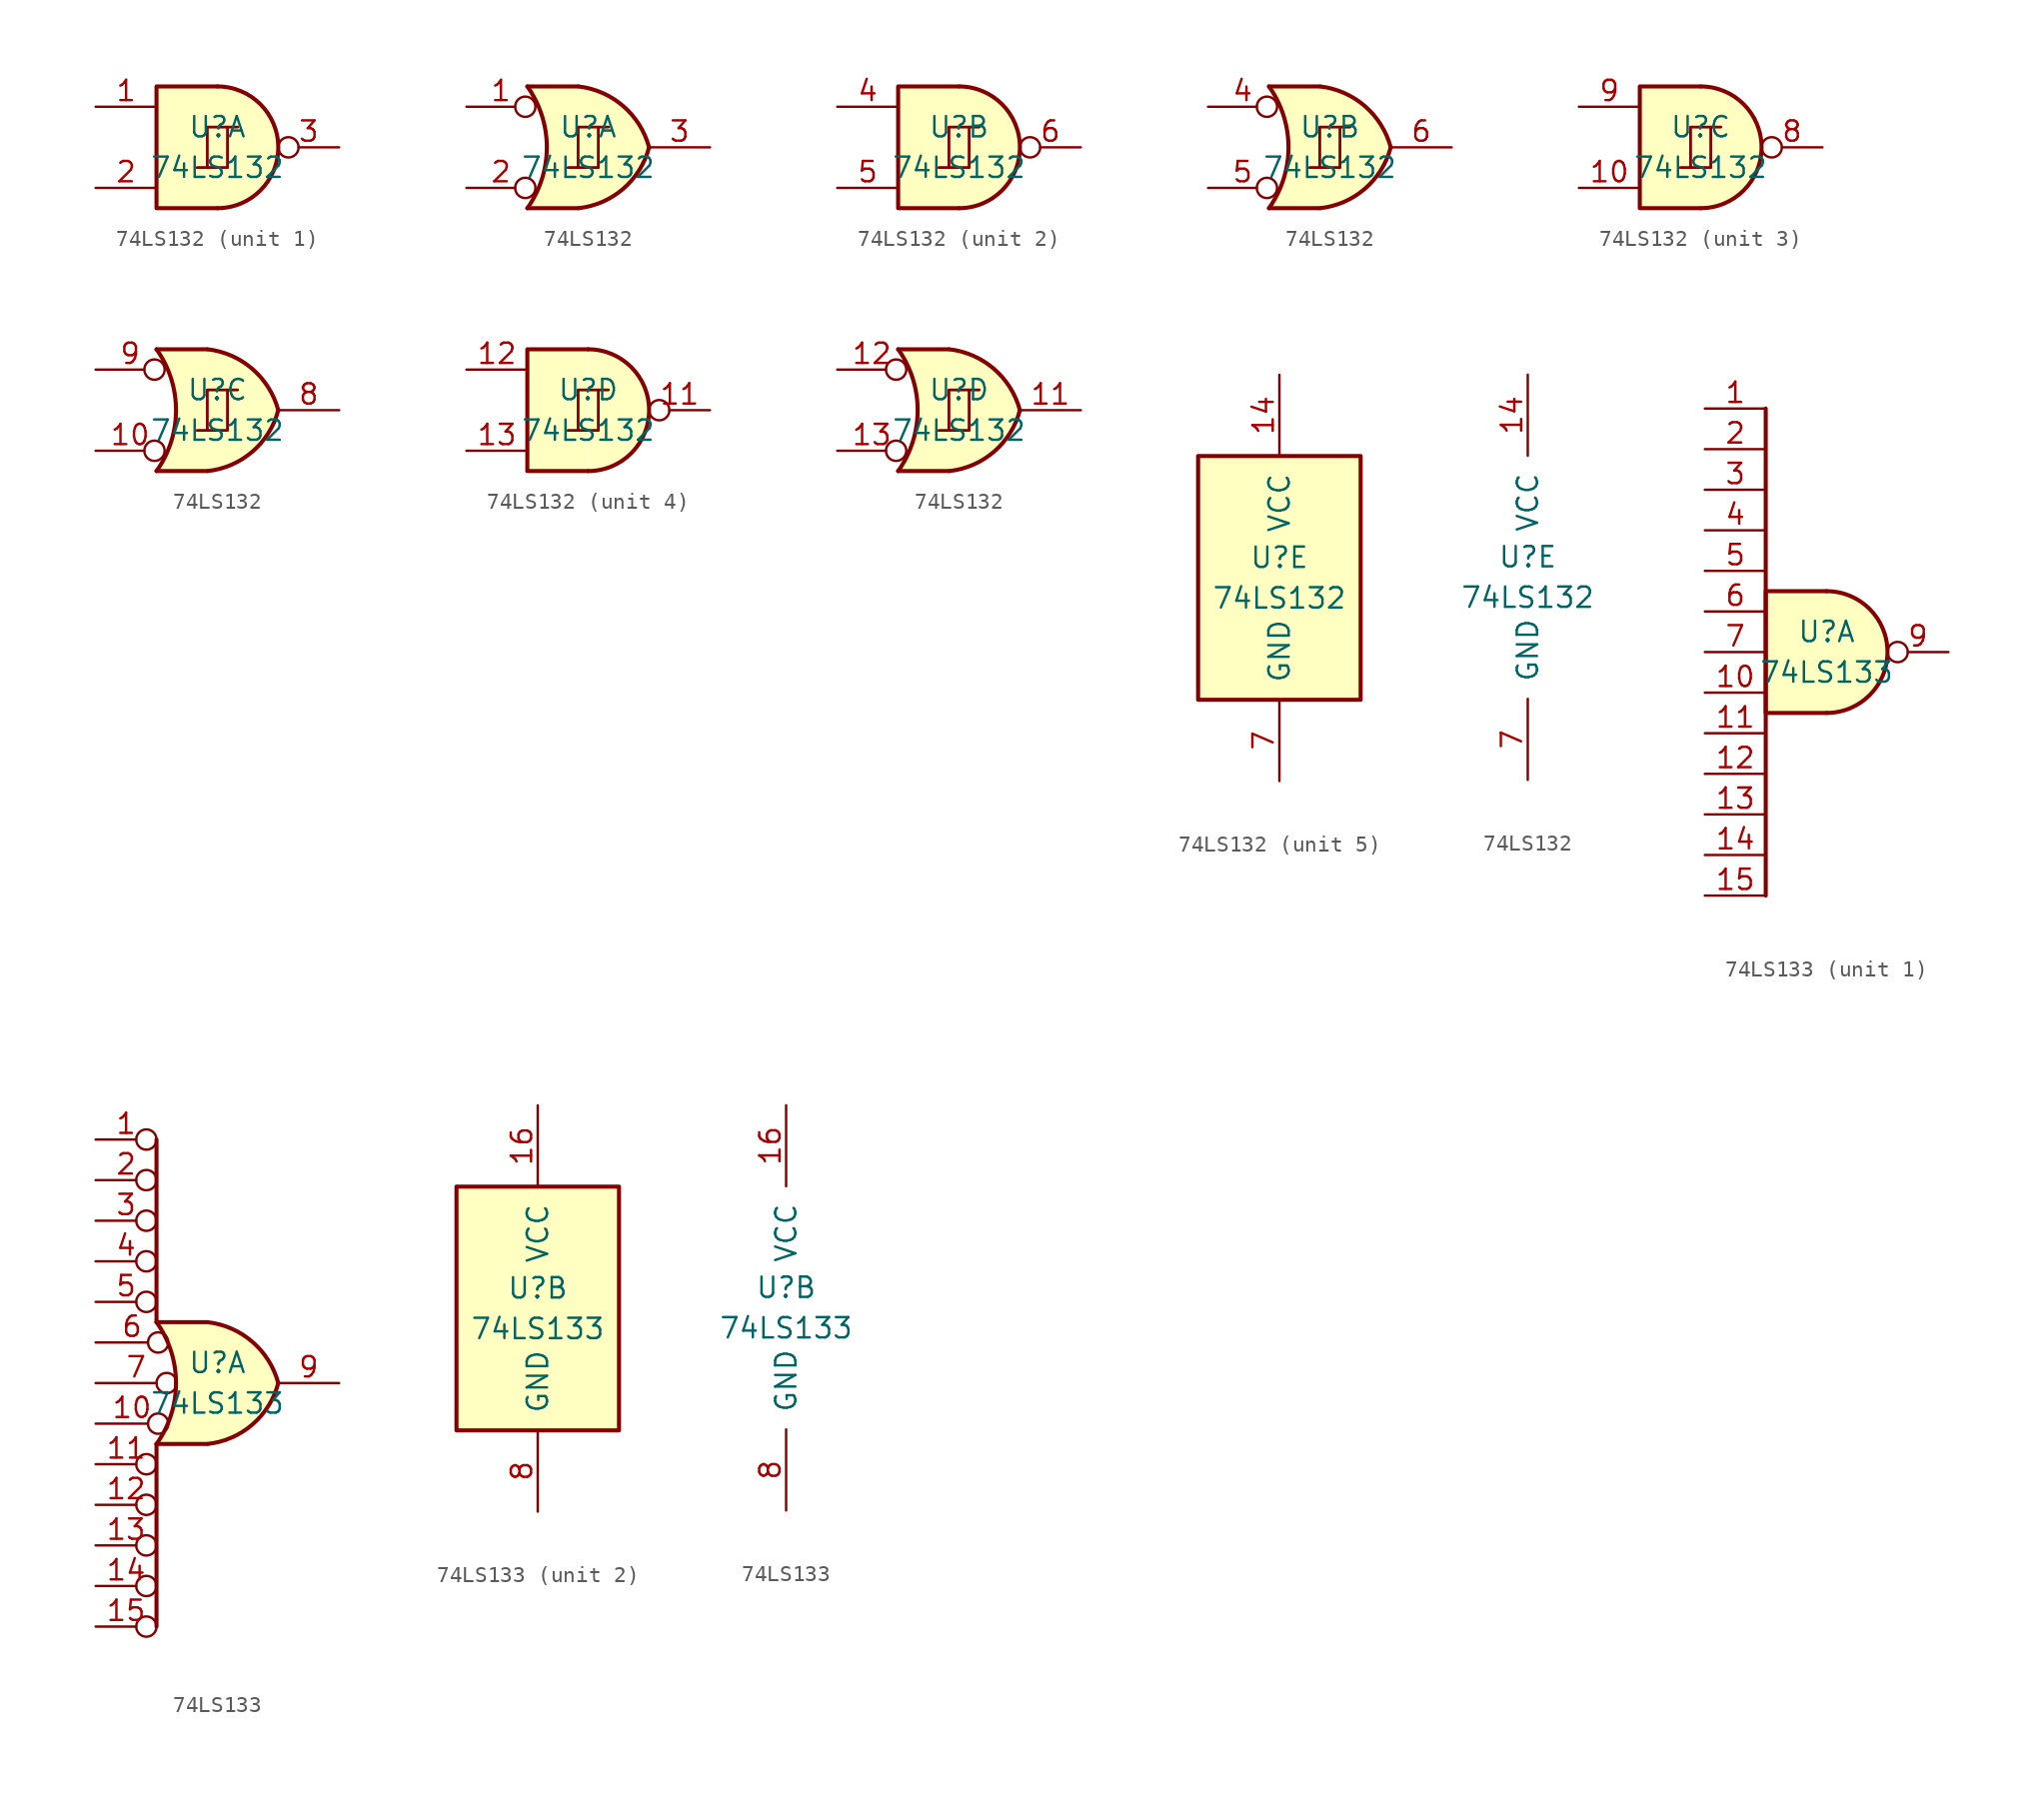
<source format=kicad_sym>
(kicad_symbol_lib
  (version 20201005)
  (generator kicad_symbol_editor)
  (symbol "74LS132"
    (pin_names
      (offset 1.016))
    (property "Reference" "U"
      (at 0 1.27 0)
      (effects (font (size 1.27 1.27))))
    (property "Value" "74LS132"
      (at 0 -1.27 0)
      (effects (font (size 1.27 1.27))))
    (property "ki_locked" ""
      (at 0 0 0)
      (effects (font (size 1.27 1.27))))
    (symbol "74LS132_1_0"
      (polyline (pts (xy -0.635 -1.27) (xy -0.635 1.27) (xy 0.635 1.27)) (stroke (width 0)) (fill (type none)))
      (polyline (pts (xy -0.635 -1.27) (xy -0.635 1.27) (xy 0.635 1.27)) (stroke (width 0)) (fill (type none)))
      (polyline (pts (xy -1.27 -1.27) (xy 0.635 -1.27) (xy 0.635 1.27) (xy 1.27 1.27)) (stroke (width 0)) (fill (type none)))
      (polyline (pts (xy -1.27 -1.27) (xy 0.635 -1.27) (xy 0.635 1.27) (xy 1.27 1.27)) (stroke (width 0)) (fill (type none))))
    (symbol "74LS132_1_1"
      (arc (start 0 -3.81) (end 0 3.81) (radius (at 0 0) (length 3.81) (angles -89.9 89.9)) (stroke (width 0.254)) (fill (type background)))
      (polyline (pts (xy 0 3.81) (xy -3.81 3.81) (xy -3.81 -3.81) (xy 0 -3.81)) (stroke (width 0.254)) (fill (type background)))
      (pin input line (at -7.62 2.54 0) (length 3.81) (name "~" (effects (font (size 1.27 1.27)))) (number "1" (effects (font (size 1.27 1.27)))))
      (pin input line (at -7.62 -2.54 0) (length 3.81) (name "~" (effects (font (size 1.27 1.27)))) (number "2" (effects (font (size 1.27 1.27)))))
      (pin output inverted (at 7.62 0 180) (length 3.81) (name "~" (effects (font (size 1.27 1.27)))) (number "3" (effects (font (size 1.27 1.27))))))
    (symbol "74LS132_1_2"
      (arc (start -3.81 3.81) (end -3.81 -3.81) (radius (at -9.144 0) (length 6.5532) (angles 35.4 -35.4)) (stroke (width 0.254)) (fill (type none)))
      (arc (start 3.81 0) (end -0.6096 3.81) (radius (at -1.1938 -1.3208) (length 5.1816) (angles 15 83.7)) (stroke (width 0.254)) (fill (type background)))
      (arc (start 3.81 0) (end -0.6096 -3.81) (radius (at -1.1938 1.3208) (length 5.1816) (angles -15 -83.7)) (stroke (width 0.254)) (fill (type background)))
      (polyline (pts (xy -3.81 -3.81) (xy -0.635 -3.81)) (stroke (width 0.254)) (fill (type background)))
      (polyline (pts (xy -3.81 3.81) (xy -0.635 3.81)) (stroke (width 0.254)) (fill (type background)))
      (polyline (pts (xy -0.635 3.81) (xy -3.81 3.81) (xy -3.81 3.81) (xy -3.556 3.404) (xy -3.023 2.261) (xy -2.692 1.041) (xy -2.616 -0.254) (xy -2.769 -1.499) (xy -3.175 -2.718) (xy -3.81 -3.81) (xy -3.81 -3.81) (xy -0.635 -3.81)) (stroke (width -25.4)) (fill (type background)))
      (pin input inverted (at -7.62 2.54 0) (length 4.318) (name "~" (effects (font (size 1.27 1.27)))) (number "1" (effects (font (size 1.27 1.27)))))
      (pin input inverted (at -7.62 -2.54 0) (length 4.318) (name "~" (effects (font (size 1.27 1.27)))) (number "2" (effects (font (size 1.27 1.27)))))
      (pin output line (at 7.62 0 180) (length 3.81) (name "~" (effects (font (size 1.27 1.27)))) (number "3" (effects (font (size 1.27 1.27))))))
    (symbol "74LS132_2_0"
      (polyline (pts (xy -0.635 -1.27) (xy -0.635 1.27) (xy 0.635 1.27)) (stroke (width 0)) (fill (type none)))
      (polyline (pts (xy -0.635 -1.27) (xy -0.635 1.27) (xy 0.635 1.27)) (stroke (width 0)) (fill (type none)))
      (polyline (pts (xy -1.27 -1.27) (xy 0.635 -1.27) (xy 0.635 1.27) (xy 1.27 1.27)) (stroke (width 0)) (fill (type none)))
      (polyline (pts (xy -1.27 -1.27) (xy 0.635 -1.27) (xy 0.635 1.27) (xy 1.27 1.27)) (stroke (width 0)) (fill (type none))))
    (symbol "74LS132_2_1"
      (arc (start 0 -3.81) (end 0 3.81) (radius (at 0 0) (length 3.81) (angles -89.9 89.9)) (stroke (width 0.254)) (fill (type background)))
      (polyline (pts (xy 0 3.81) (xy -3.81 3.81) (xy -3.81 -3.81) (xy 0 -3.81)) (stroke (width 0.254)) (fill (type background)))
      (pin input line (at -7.62 2.54 0) (length 3.81) (name "~" (effects (font (size 1.27 1.27)))) (number "4" (effects (font (size 1.27 1.27)))))
      (pin input line (at -7.62 -2.54 0) (length 3.81) (name "~" (effects (font (size 1.27 1.27)))) (number "5" (effects (font (size 1.27 1.27)))))
      (pin output inverted (at 7.62 0 180) (length 3.81) (name "~" (effects (font (size 1.27 1.27)))) (number "6" (effects (font (size 1.27 1.27))))))
    (symbol "74LS132_2_2"
      (arc (start -3.81 3.81) (end -3.81 -3.81) (radius (at -9.144 0) (length 6.5532) (angles 35.4 -35.4)) (stroke (width 0.254)) (fill (type none)))
      (arc (start 3.81 0) (end -0.6096 3.81) (radius (at -1.1938 -1.3208) (length 5.1816) (angles 15 83.7)) (stroke (width 0.254)) (fill (type background)))
      (arc (start 3.81 0) (end -0.6096 -3.81) (radius (at -1.1938 1.3208) (length 5.1816) (angles -15 -83.7)) (stroke (width 0.254)) (fill (type background)))
      (polyline (pts (xy -3.81 -3.81) (xy -0.635 -3.81)) (stroke (width 0.254)) (fill (type background)))
      (polyline (pts (xy -3.81 3.81) (xy -0.635 3.81)) (stroke (width 0.254)) (fill (type background)))
      (polyline (pts (xy -0.635 3.81) (xy -3.81 3.81) (xy -3.81 3.81) (xy -3.556 3.404) (xy -3.023 2.261) (xy -2.692 1.041) (xy -2.616 -0.254) (xy -2.769 -1.499) (xy -3.175 -2.718) (xy -3.81 -3.81) (xy -3.81 -3.81) (xy -0.635 -3.81)) (stroke (width -25.4)) (fill (type background)))
      (pin input inverted (at -7.62 2.54 0) (length 4.318) (name "~" (effects (font (size 1.27 1.27)))) (number "4" (effects (font (size 1.27 1.27)))))
      (pin input inverted (at -7.62 -2.54 0) (length 4.318) (name "~" (effects (font (size 1.27 1.27)))) (number "5" (effects (font (size 1.27 1.27)))))
      (pin output line (at 7.62 0 180) (length 3.81) (name "~" (effects (font (size 1.27 1.27)))) (number "6" (effects (font (size 1.27 1.27))))))
    (symbol "74LS132_3_0"
      (polyline (pts (xy -0.635 -1.27) (xy -0.635 1.27) (xy 0.635 1.27)) (stroke (width 0)) (fill (type none)))
      (polyline (pts (xy -0.635 -1.27) (xy -0.635 1.27) (xy 0.635 1.27)) (stroke (width 0)) (fill (type none)))
      (polyline (pts (xy -1.27 -1.27) (xy 0.635 -1.27) (xy 0.635 1.27) (xy 1.27 1.27)) (stroke (width 0)) (fill (type none)))
      (polyline (pts (xy -1.27 -1.27) (xy 0.635 -1.27) (xy 0.635 1.27) (xy 1.27 1.27)) (stroke (width 0)) (fill (type none))))
    (symbol "74LS132_3_1"
      (arc (start 0 -3.81) (end 0 3.81) (radius (at 0 0) (length 3.81) (angles -89.9 89.9)) (stroke (width 0.254)) (fill (type background)))
      (polyline (pts (xy 0 3.81) (xy -3.81 3.81) (xy -3.81 -3.81) (xy 0 -3.81)) (stroke (width 0.254)) (fill (type background)))
      (pin input line (at -7.62 -2.54 0) (length 3.81) (name "~" (effects (font (size 1.27 1.27)))) (number "10" (effects (font (size 1.27 1.27)))))
      (pin output inverted (at 7.62 0 180) (length 3.81) (name "~" (effects (font (size 1.27 1.27)))) (number "8" (effects (font (size 1.27 1.27)))))
      (pin input line (at -7.62 2.54 0) (length 3.81) (name "~" (effects (font (size 1.27 1.27)))) (number "9" (effects (font (size 1.27 1.27))))))
    (symbol "74LS132_3_2"
      (arc (start -3.81 3.81) (end -3.81 -3.81) (radius (at -9.144 0) (length 6.5532) (angles 35.4 -35.4)) (stroke (width 0.254)) (fill (type none)))
      (arc (start 3.81 0) (end -0.6096 3.81) (radius (at -1.1938 -1.3208) (length 5.1816) (angles 15 83.7)) (stroke (width 0.254)) (fill (type background)))
      (arc (start 3.81 0) (end -0.6096 -3.81) (radius (at -1.1938 1.3208) (length 5.1816) (angles -15 -83.7)) (stroke (width 0.254)) (fill (type background)))
      (polyline (pts (xy -3.81 -3.81) (xy -0.635 -3.81)) (stroke (width 0.254)) (fill (type background)))
      (polyline (pts (xy -3.81 3.81) (xy -0.635 3.81)) (stroke (width 0.254)) (fill (type background)))
      (polyline (pts (xy -0.635 3.81) (xy -3.81 3.81) (xy -3.81 3.81) (xy -3.556 3.404) (xy -3.023 2.261) (xy -2.692 1.041) (xy -2.616 -0.254) (xy -2.769 -1.499) (xy -3.175 -2.718) (xy -3.81 -3.81) (xy -3.81 -3.81) (xy -0.635 -3.81)) (stroke (width -25.4)) (fill (type background)))
      (pin input inverted (at -7.62 -2.54 0) (length 4.318) (name "~" (effects (font (size 1.27 1.27)))) (number "10" (effects (font (size 1.27 1.27)))))
      (pin output line (at 7.62 0 180) (length 3.81) (name "~" (effects (font (size 1.27 1.27)))) (number "8" (effects (font (size 1.27 1.27)))))
      (pin input inverted (at -7.62 2.54 0) (length 4.318) (name "~" (effects (font (size 1.27 1.27)))) (number "9" (effects (font (size 1.27 1.27))))))
    (symbol "74LS132_4_0"
      (polyline (pts (xy -0.635 -1.27) (xy -0.635 1.27) (xy 0.635 1.27)) (stroke (width 0)) (fill (type none)))
      (polyline (pts (xy -0.635 -1.27) (xy -0.635 1.27) (xy 0.635 1.27)) (stroke (width 0)) (fill (type none)))
      (polyline (pts (xy -1.27 -1.27) (xy 0.635 -1.27) (xy 0.635 1.27) (xy 1.27 1.27)) (stroke (width 0)) (fill (type none)))
      (polyline (pts (xy -1.27 -1.27) (xy 0.635 -1.27) (xy 0.635 1.27) (xy 1.27 1.27)) (stroke (width 0)) (fill (type none))))
    (symbol "74LS132_4_1"
      (arc (start 0 -3.81) (end 0 3.81) (radius (at 0 0) (length 3.81) (angles -89.9 89.9)) (stroke (width 0.254)) (fill (type background)))
      (polyline (pts (xy 0 3.81) (xy -3.81 3.81) (xy -3.81 -3.81) (xy 0 -3.81)) (stroke (width 0.254)) (fill (type background)))
      (pin output inverted (at 7.62 0 180) (length 3.81) (name "~" (effects (font (size 1.27 1.27)))) (number "11" (effects (font (size 1.27 1.27)))))
      (pin input line (at -7.62 2.54 0) (length 3.81) (name "~" (effects (font (size 1.27 1.27)))) (number "12" (effects (font (size 1.27 1.27)))))
      (pin input line (at -7.62 -2.54 0) (length 3.81) (name "~" (effects (font (size 1.27 1.27)))) (number "13" (effects (font (size 1.27 1.27))))))
    (symbol "74LS132_4_2"
      (arc (start -3.81 3.81) (end -3.81 -3.81) (radius (at -9.144 0) (length 6.5532) (angles 35.4 -35.4)) (stroke (width 0.254)) (fill (type none)))
      (arc (start 3.81 0) (end -0.6096 3.81) (radius (at -1.1938 -1.3208) (length 5.1816) (angles 15 83.7)) (stroke (width 0.254)) (fill (type background)))
      (arc (start 3.81 0) (end -0.6096 -3.81) (radius (at -1.1938 1.3208) (length 5.1816) (angles -15 -83.7)) (stroke (width 0.254)) (fill (type background)))
      (polyline (pts (xy -3.81 -3.81) (xy -0.635 -3.81)) (stroke (width 0.254)) (fill (type background)))
      (polyline (pts (xy -3.81 3.81) (xy -0.635 3.81)) (stroke (width 0.254)) (fill (type background)))
      (polyline (pts (xy -0.635 3.81) (xy -3.81 3.81) (xy -3.81 3.81) (xy -3.556 3.404) (xy -3.023 2.261) (xy -2.692 1.041) (xy -2.616 -0.254) (xy -2.769 -1.499) (xy -3.175 -2.718) (xy -3.81 -3.81) (xy -3.81 -3.81) (xy -0.635 -3.81)) (stroke (width -25.4)) (fill (type background)))
      (pin output line (at 7.62 0 180) (length 3.81) (name "~" (effects (font (size 1.27 1.27)))) (number "11" (effects (font (size 1.27 1.27)))))
      (pin input inverted (at -7.62 2.54 0) (length 4.318) (name "~" (effects (font (size 1.27 1.27)))) (number "12" (effects (font (size 1.27 1.27)))))
      (pin input inverted (at -7.62 -2.54 0) (length 4.318) (name "~" (effects (font (size 1.27 1.27)))) (number "13" (effects (font (size 1.27 1.27))))))
    (symbol "74LS132_5_0"
      (pin power_in line (at 0 12.7 270) (length 5.08) (name "VCC" (effects (font (size 1.27 1.27)))) (number "14" (effects (font (size 1.27 1.27)))))
      (pin power_in line (at 0 -12.7 90) (length 5.08) (name "GND" (effects (font (size 1.27 1.27)))) (number "7" (effects (font (size 1.27 1.27))))))
    (symbol "74LS132_5_1"
      (rectangle (start -5.08 7.62) (end 5.08 -7.62) (stroke (width 0.254)) (fill (type background)))))
  (symbol "74LS133"
    (pin_names
      (offset 1.016))
    (property "Reference" "U"
      (at 0 1.27 0)
      (effects (font (size 1.27 1.27))))
    (property "Value" "74LS133"
      (at 0 -1.27 0)
      (effects (font (size 1.27 1.27))))
    (property "ki_locked" ""
      (at 0 0 0)
      (effects (font (size 1.27 1.27))))
    (symbol "74LS133_1_1"
      (arc (start 0 -3.81) (end 0 3.81) (radius (at 0 0) (length 3.81) (angles -89.9 89.9)) (stroke (width 0.254)) (fill (type background)))
      (polyline (pts (xy -3.81 15.24) (xy -3.81 -15.24)) (stroke (width 0.254)) (fill (type none)))
      (polyline (pts (xy 0 3.81) (xy -3.81 3.81) (xy -3.81 -3.81) (xy 0 -3.81)) (stroke (width 0.254)) (fill (type background)))
      (pin input line (at -7.62 15.24 0) (length 3.81) (name "~" (effects (font (size 1.27 1.27)))) (number "1" (effects (font (size 1.27 1.27)))))
      (pin input line (at -7.62 -2.54 0) (length 3.81) (name "~" (effects (font (size 1.27 1.27)))) (number "10" (effects (font (size 1.27 1.27)))))
      (pin input line (at -7.62 -5.08 0) (length 3.81) (name "~" (effects (font (size 1.27 1.27)))) (number "11" (effects (font (size 1.27 1.27)))))
      (pin input line (at -7.62 -7.62 0) (length 3.81) (name "~" (effects (font (size 1.27 1.27)))) (number "12" (effects (font (size 1.27 1.27)))))
      (pin input line (at -7.62 -10.16 0) (length 3.81) (name "~" (effects (font (size 1.27 1.27)))) (number "13" (effects (font (size 1.27 1.27)))))
      (pin input line (at -7.62 -12.7 0) (length 3.81) (name "~" (effects (font (size 1.27 1.27)))) (number "14" (effects (font (size 1.27 1.27)))))
      (pin input line (at -7.62 -15.24 0) (length 3.81) (name "~" (effects (font (size 1.27 1.27)))) (number "15" (effects (font (size 1.27 1.27)))))
      (pin input line (at -7.62 12.7 0) (length 3.81) (name "~" (effects (font (size 1.27 1.27)))) (number "2" (effects (font (size 1.27 1.27)))))
      (pin input line (at -7.62 10.16 0) (length 3.81) (name "~" (effects (font (size 1.27 1.27)))) (number "3" (effects (font (size 1.27 1.27)))))
      (pin input line (at -7.62 7.62 0) (length 3.81) (name "~" (effects (font (size 1.27 1.27)))) (number "4" (effects (font (size 1.27 1.27)))))
      (pin input line (at -7.62 5.08 0) (length 3.81) (name "~" (effects (font (size 1.27 1.27)))) (number "5" (effects (font (size 1.27 1.27)))))
      (pin input line (at -7.62 2.54 0) (length 3.81) (name "~" (effects (font (size 1.27 1.27)))) (number "6" (effects (font (size 1.27 1.27)))))
      (pin input line (at -7.62 0 0) (length 3.81) (name "~" (effects (font (size 1.27 1.27)))) (number "7" (effects (font (size 1.27 1.27)))))
      (pin output inverted (at 7.62 0 180) (length 3.81) (name "~" (effects (font (size 1.27 1.27)))) (number "9" (effects (font (size 1.27 1.27))))))
    (symbol "74LS133_1_2"
      (arc (start -3.81 3.81) (end -3.81 -3.81) (radius (at -9.144 0) (length 6.5532) (angles 35.4 -35.4)) (stroke (width 0.254)) (fill (type none)))
      (arc (start 3.81 0) (end -0.6096 3.81) (radius (at -1.1938 -1.3208) (length 5.1816) (angles 15 83.7)) (stroke (width 0.254)) (fill (type background)))
      (arc (start 3.81 0) (end -0.6096 -3.81) (radius (at -1.1938 1.3208) (length 5.1816) (angles -15 -83.7)) (stroke (width 0.254)) (fill (type background)))
      (polyline (pts (xy -3.81 -3.81) (xy -3.81 -15.24)) (stroke (width 0.254)) (fill (type none)))
      (polyline (pts (xy -3.81 -3.81) (xy -0.635 -3.81)) (stroke (width 0.254)) (fill (type background)))
      (polyline (pts (xy -3.81 3.81) (xy -0.635 3.81)) (stroke (width 0.254)) (fill (type background)))
      (polyline (pts (xy -3.81 15.24) (xy -3.81 3.81)) (stroke (width 0.254)) (fill (type none)))
      (polyline (pts (xy -0.635 3.81) (xy -3.81 3.81) (xy -3.81 3.81) (xy -3.556 3.404) (xy -3.023 2.261) (xy -2.692 1.041) (xy -2.616 -0.254) (xy -2.769 -1.499) (xy -3.175 -2.718) (xy -3.81 -3.81) (xy -3.81 -3.81) (xy -0.635 -3.81)) (stroke (width -25.4)) (fill (type background)))
      (pin input inverted (at -7.62 15.24 0) (length 3.81) (name "~" (effects (font (size 1.27 1.27)))) (number "1" (effects (font (size 1.27 1.27)))))
      (pin input inverted (at -7.62 -2.54 0) (length 4.547) (name "~" (effects (font (size 1.27 1.27)))) (number "10" (effects (font (size 1.27 1.27)))))
      (pin input inverted (at -7.62 -5.08 0) (length 3.81) (name "~" (effects (font (size 1.27 1.27)))) (number "11" (effects (font (size 1.27 1.27)))))
      (pin input inverted (at -7.62 -7.62 0) (length 3.81) (name "~" (effects (font (size 1.27 1.27)))) (number "12" (effects (font (size 1.27 1.27)))))
      (pin input inverted (at -7.62 -10.16 0) (length 3.81) (name "~" (effects (font (size 1.27 1.27)))) (number "13" (effects (font (size 1.27 1.27)))))
      (pin input inverted (at -7.62 -12.7 0) (length 3.81) (name "~" (effects (font (size 1.27 1.27)))) (number "14" (effects (font (size 1.27 1.27)))))
      (pin input inverted (at -7.62 -15.24 0) (length 3.81) (name "~" (effects (font (size 1.27 1.27)))) (number "15" (effects (font (size 1.27 1.27)))))
      (pin input inverted (at -7.62 12.7 0) (length 3.81) (name "~" (effects (font (size 1.27 1.27)))) (number "2" (effects (font (size 1.27 1.27)))))
      (pin input inverted (at -7.62 10.16 0) (length 3.81) (name "~" (effects (font (size 1.27 1.27)))) (number "3" (effects (font (size 1.27 1.27)))))
      (pin input inverted (at -7.62 7.62 0) (length 3.81) (name "~" (effects (font (size 1.27 1.27)))) (number "4" (effects (font (size 1.27 1.27)))))
      (pin input inverted (at -7.62 5.08 0) (length 3.81) (name "~" (effects (font (size 1.27 1.27)))) (number "5" (effects (font (size 1.27 1.27)))))
      (pin input inverted (at -7.62 2.54 0) (length 4.547) (name "~" (effects (font (size 1.27 1.27)))) (number "6" (effects (font (size 1.27 1.27)))))
      (pin input inverted (at -7.62 0 0) (length 5.08) (name "~" (effects (font (size 1.27 1.27)))) (number "7" (effects (font (size 1.27 1.27)))))
      (pin output line (at 7.62 0 180) (length 3.81) (name "~" (effects (font (size 1.27 1.27)))) (number "9" (effects (font (size 1.27 1.27))))))
    (symbol "74LS133_2_0"
      (pin power_in line (at 0 12.7 270) (length 5.08) (name "VCC" (effects (font (size 1.27 1.27)))) (number "16" (effects (font (size 1.27 1.27)))))
      (pin power_in line (at 0 -12.7 90) (length 5.08) (name "GND" (effects (font (size 1.27 1.27)))) (number "8" (effects (font (size 1.27 1.27))))))
    (symbol "74LS133_2_1"
      (rectangle (start -5.08 7.62) (end 5.08 -7.62) (stroke (width 0.254)) (fill (type background))))))
</source>
